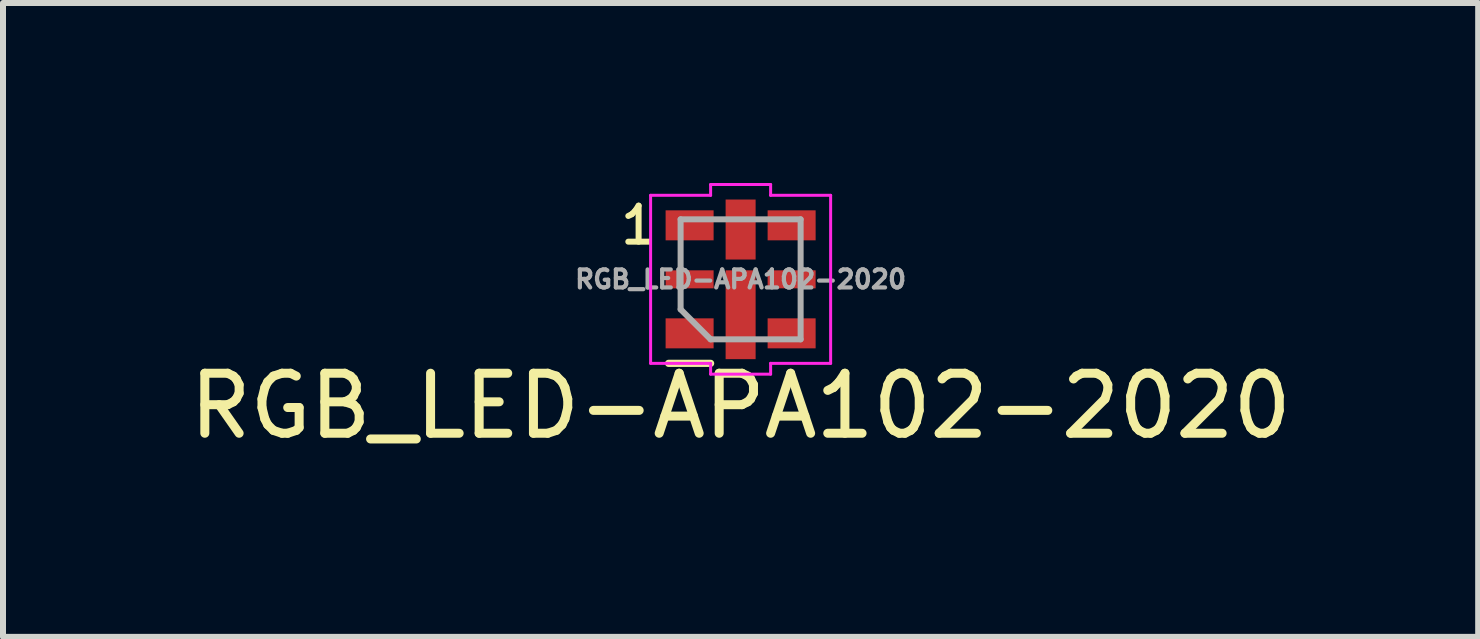
<source format=kicad_pcb>
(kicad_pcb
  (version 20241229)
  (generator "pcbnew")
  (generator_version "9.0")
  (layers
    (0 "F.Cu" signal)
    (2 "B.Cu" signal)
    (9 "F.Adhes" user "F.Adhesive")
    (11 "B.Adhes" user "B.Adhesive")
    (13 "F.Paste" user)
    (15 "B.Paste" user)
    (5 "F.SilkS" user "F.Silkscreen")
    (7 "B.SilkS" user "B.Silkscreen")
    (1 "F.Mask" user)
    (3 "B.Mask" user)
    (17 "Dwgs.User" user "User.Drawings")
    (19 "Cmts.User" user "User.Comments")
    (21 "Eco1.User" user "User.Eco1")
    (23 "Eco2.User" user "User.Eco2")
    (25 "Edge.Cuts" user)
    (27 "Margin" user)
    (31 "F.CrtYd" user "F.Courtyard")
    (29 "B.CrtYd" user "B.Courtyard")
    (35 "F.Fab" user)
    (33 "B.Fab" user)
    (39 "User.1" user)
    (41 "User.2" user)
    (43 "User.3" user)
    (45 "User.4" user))
  (footprint "RGB_LED-APA102-2020"
    (layer "F.Cu")
    (at 9.292 1.605)
    (property "Reference" "RGB_LED-APA102-2020" (at 0 2.11 0) (layer "F.SilkS") (effects (font (size 1 1) (thickness 0.15))))
    (attr smd)
    (fp_line (start -1.2 1.4) (end -0.5 1.4) (stroke (width 0.12) (type solid)) (layer "F.SilkS"))
    (fp_line (start -1.5 -1.4) (end -1.5 1.4) (stroke (width 0.05) (type solid)) (layer "F.CrtYd"))
    (fp_line (start -1.5 -1.4) (end -0.5 -1.4) (stroke (width 0.05) (type solid)) (layer "F.CrtYd"))
    (fp_line (start -0.5 -1.58) (end 0.5 -1.58) (stroke (width 0.05) (type solid)) (layer "F.CrtYd"))
    (fp_line (start -0.5 -1.4) (end -0.5 -1.58) (stroke (width 0.05) (type solid)) (layer "F.CrtYd"))
    (fp_line (start -0.5 1.4) (end -1.5 1.4) (stroke (width 0.05) (type solid)) (layer "F.CrtYd"))
    (fp_line (start -0.5 1.4) (end -0.5 1.58) (stroke (width 0.05) (type solid)) (layer "F.CrtYd"))
    (fp_line (start -0.5 1.58) (end 0.5 1.58) (stroke (width 0.05) (type solid)) (layer "F.CrtYd"))
    (fp_line (start 0.5 -1.58) (end 0.5 -1.4) (stroke (width 0.05) (type solid)) (layer "F.CrtYd"))
    (fp_line (start 0.5 -1.4) (end 1.5 -1.4) (stroke (width 0.05) (type solid)) (layer "F.CrtYd"))
    (fp_line (start 0.5 1.58) (end 0.5 1.4) (stroke (width 0.05) (type solid)) (layer "F.CrtYd"))
    (fp_line (start 1.5 -1.4) (end 1.5 1.4) (stroke (width 0.05) (type solid)) (layer "F.CrtYd"))
    (fp_line (start 1.5 1.4) (end 0.5 1.4) (stroke (width 0.05) (type solid)) (layer "F.CrtYd"))
    (fp_line (start -1 -1) (end 1 -1) (stroke (width 0.1) (type solid)) (layer "F.Fab"))
    (fp_line (start -1 0.5) (end -1 -1) (stroke (width 0.1) (type solid)) (layer "F.Fab"))
    (fp_line (start -1 0.5) (end -0.5 1) (stroke (width 0.1) (type solid)) (layer "F.Fab"))
    (fp_line (start 1 -1) (end 1 1) (stroke (width 0.1) (type solid)) (layer "F.Fab"))
    (fp_line (start 1 1) (end -0.5 1) (stroke (width 0.1) (type solid)) (layer "F.Fab"))
    (fp_text user "1" (at -1.7 -0.9 0) (layer "F.SilkS") (effects (font (size 0.6 0.6) (thickness 0.1))))
    (fp_text user "${REFERENCE}" (at 0 0 0) (layer "F.Fab") (effects (font (size 0.3 0.3) (thickness 0.07))))
    (pad "1" smd rect (at -0.85 -0.9) (size 0.8 0.5) (layers "F.Cu" "F.Mask" "F.Paste"))
    (pad "1" smd rect (at 0 -0.83 90) (size 1 0.5) (layers "F.Cu" "F.Mask" "F.Paste"))
    (pad "2" smd rect (at -0.85 0) (size 0.8 0.3) (layers "F.Cu" "F.Mask" "F.Paste"))
    (pad "3" smd rect (at -0.85 0.9) (size 0.8 0.5) (layers "F.Cu" "F.Mask" "F.Paste"))
    (pad "4" smd rect (at 0.85 0.9) (size 0.8 0.5) (layers "F.Cu" "F.Mask" "F.Paste"))
    (pad "5" smd rect (at 0.85 0) (size 0.8 0.3) (layers "F.Cu" "F.Mask" "F.Paste"))
    (pad "6" smd rect (at 0 0.59 90) (size 1.48 0.5) (layers "F.Cu" "F.Mask" "F.Paste"))
    (pad "6" smd rect (at 0.85 -0.9) (size 0.8 0.5) (layers "F.Cu" "F.Mask" "F.Paste")))
  (gr_rect
    (start -3 -3)
    (end 21.583 7.563)
    (stroke (width 0.1) (type default))
    (fill no)
    (layer "Edge.Cuts")))
</source>
